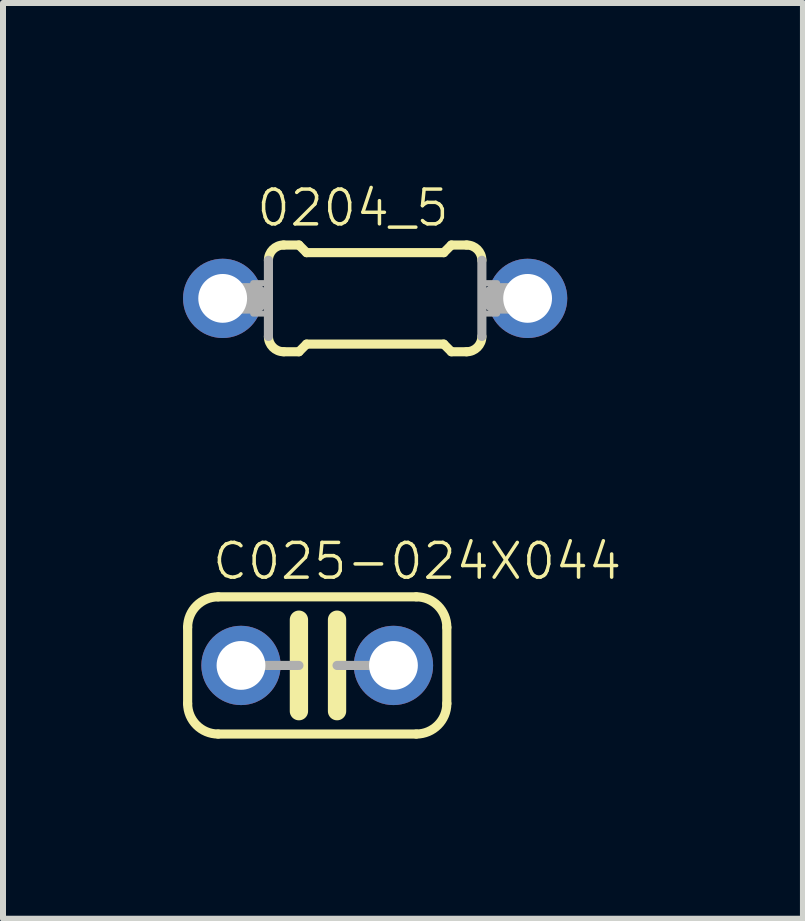
<source format=kicad_pcb>
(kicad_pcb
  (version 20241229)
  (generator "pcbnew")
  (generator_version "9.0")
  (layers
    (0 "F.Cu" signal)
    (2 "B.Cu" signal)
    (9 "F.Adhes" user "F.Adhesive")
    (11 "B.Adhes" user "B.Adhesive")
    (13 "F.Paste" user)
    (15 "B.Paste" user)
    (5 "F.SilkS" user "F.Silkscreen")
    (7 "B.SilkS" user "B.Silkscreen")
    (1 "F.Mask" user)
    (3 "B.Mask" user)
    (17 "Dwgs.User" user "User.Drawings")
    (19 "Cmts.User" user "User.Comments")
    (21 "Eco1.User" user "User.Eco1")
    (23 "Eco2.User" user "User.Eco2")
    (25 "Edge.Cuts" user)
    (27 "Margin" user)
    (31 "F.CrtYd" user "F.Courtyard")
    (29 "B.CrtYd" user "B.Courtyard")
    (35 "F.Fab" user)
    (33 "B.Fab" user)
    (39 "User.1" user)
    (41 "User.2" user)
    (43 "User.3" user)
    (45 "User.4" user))
  (footprint "C025-024X044"
    (layer "F.Cu")
    (at 2.235 8.036)
    (property "Reference" "C025-024X044" (at -1.778 -1.397 180) (layer "F.SilkS") (effects (font (size 0.579 0.579) (thickness 0.058)) (justify left bottom)))
    (attr through_hole)
    (fp_line (start -2.159 0.635) (end -2.159 -0.635) (stroke (width 0.152) (type solid)) (layer "F.SilkS"))
    (fp_line (start -0.305 -0.762) (end -0.305 0.762) (stroke (width 0.305) (type solid)) (layer "F.SilkS"))
    (fp_line (start 0.33 -0.762) (end 0.33 0.762) (stroke (width 0.305) (type solid)) (layer "F.SilkS"))
    (fp_line (start 1.651 -1.143) (end -1.651 -1.143) (stroke (width 0.152) (type solid)) (layer "F.SilkS"))
    (fp_line (start 1.651 1.143) (end -1.651 1.143) (stroke (width 0.152) (type solid)) (layer "F.SilkS"))
    (fp_line (start 2.159 0.635) (end 2.159 -0.635) (stroke (width 0.152) (type solid)) (layer "F.SilkS"))
    (fp_arc (start -2.159 -0.635) (mid -2.01021 -0.99421) (end -1.651 -1.143) (stroke (width 0.1524) (type solid)) (layer "F.SilkS"))
    (fp_arc (start -1.651 1.143) (mid -2.01021 0.99421) (end -2.159 0.635) (stroke (width 0.1524) (type solid)) (layer "F.SilkS"))
    (fp_arc (start 1.651 -1.143) (mid 2.01021 -0.99421) (end 2.159 -0.635) (stroke (width 0.1524) (type solid)) (layer "F.SilkS"))
    (fp_arc (start 2.159 0.635) (mid 2.01021 0.99421) (end 1.651 1.143) (stroke (width 0.1524) (type solid)) (layer "F.SilkS"))
    (fp_line (start -1.27 0) (end -0.305 0) (stroke (width 0.152) (type solid)) (layer "F.Fab"))
    (fp_line (start 1.27 0) (end 0.33 0) (stroke (width 0.152) (type solid)) (layer "F.Fab"))
    (pad "1" thru_hole circle (at -1.27 0) (size 1.321 1.321) (drill 0.813) (layers "*.Cu" "*.Mask"))
    (pad "2" thru_hole circle (at 1.27 0) (size 1.321 1.321) (drill 0.813) (layers "*.Cu" "*.Mask")))
  (footprint "0204_5"
    (layer "F.Cu")
    (at 3.2 1.921)
    (property "Reference" "0204_5" (at -2.007 -1.168 180) (layer "F.SilkS") (effects (font (size 0.579 0.579) (thickness 0.058)) (justify left bottom)))
    (attr through_hole)
    (fp_line (start -1.524 -0.889) (end -1.27 -0.889) (stroke (width 0.152) (type solid)) (layer "F.SilkS"))
    (fp_line (start -1.524 0.889) (end -1.27 0.889) (stroke (width 0.152) (type solid)) (layer "F.SilkS"))
    (fp_line (start -1.143 -0.762) (end -1.27 -0.889) (stroke (width 0.152) (type solid)) (layer "F.SilkS"))
    (fp_line (start -1.143 0.762) (end -1.27 0.889) (stroke (width 0.152) (type solid)) (layer "F.SilkS"))
    (fp_line (start 1.143 -0.762) (end -1.143 -0.762) (stroke (width 0.152) (type solid)) (layer "F.SilkS"))
    (fp_line (start 1.143 -0.762) (end 1.27 -0.889) (stroke (width 0.152) (type solid)) (layer "F.SilkS"))
    (fp_line (start 1.143 0.762) (end -1.143 0.762) (stroke (width 0.152) (type solid)) (layer "F.SilkS"))
    (fp_line (start 1.143 0.762) (end 1.27 0.889) (stroke (width 0.152) (type solid)) (layer "F.SilkS"))
    (fp_line (start 1.524 -0.889) (end 1.27 -0.889) (stroke (width 0.152) (type solid)) (layer "F.SilkS"))
    (fp_line (start 1.524 0.889) (end 1.27 0.889) (stroke (width 0.152) (type solid)) (layer "F.SilkS"))
    (fp_arc (start -1.778 -0.635) (mid -1.703605 -0.814605) (end -1.524 -0.889) (stroke (width 0.1524) (type solid)) (layer "F.SilkS"))
    (fp_arc (start -1.524 0.889) (mid -1.703605 0.814605) (end -1.778 0.635) (stroke (width 0.1524) (type solid)) (layer "F.SilkS"))
    (fp_arc (start 1.524 -0.889) (mid 1.703605 -0.814605) (end 1.778 -0.635) (stroke (width 0.1524) (type solid)) (layer "F.SilkS"))
    (fp_arc (start 1.778 0.635) (mid 1.703605 0.814605) (end 1.524 0.889) (stroke (width 0.1524) (type solid)) (layer "F.SilkS"))
    (fp_line (start -2.54 0) (end -2.032 0) (stroke (width 0.508) (type solid)) (layer "F.Fab"))
    (fp_line (start -1.778 0.635) (end -1.778 -0.635) (stroke (width 0.152) (type solid)) (layer "F.Fab"))
    (fp_line (start 1.778 0.635) (end 1.778 -0.635) (stroke (width 0.152) (type solid)) (layer "F.Fab"))
    (fp_line (start 2.54 0) (end 2.032 0) (stroke (width 0.508) (type solid)) (layer "F.Fab"))
    (fp_poly (pts (xy -2.032 0.254) (xy -1.778 0.254) (xy -1.778 -0.254) (xy -2.032 -0.254)) (stroke (width 0.1) (type solid)) (fill no) (layer "F.Fab"))
    (fp_poly (pts (xy 1.778 0.254) (xy 2.032 0.254) (xy 2.032 -0.254) (xy 1.778 -0.254)) (stroke (width 0.1) (type solid)) (fill no) (layer "F.Fab"))
    (pad "1" thru_hole circle (at -2.54 0) (size 1.321 1.321) (drill 0.813) (layers "*.Cu" "*.Mask"))
    (pad "2" thru_hole circle (at 2.54 0) (size 1.321 1.321) (drill 0.813) (layers "*.Cu" "*.Mask")))
  (gr_rect
    (start -3 -3)
    (end 10.327 12.256)
    (stroke (width 0.1) (type default))
    (fill no)
    (layer "Edge.Cuts")))
</source>
